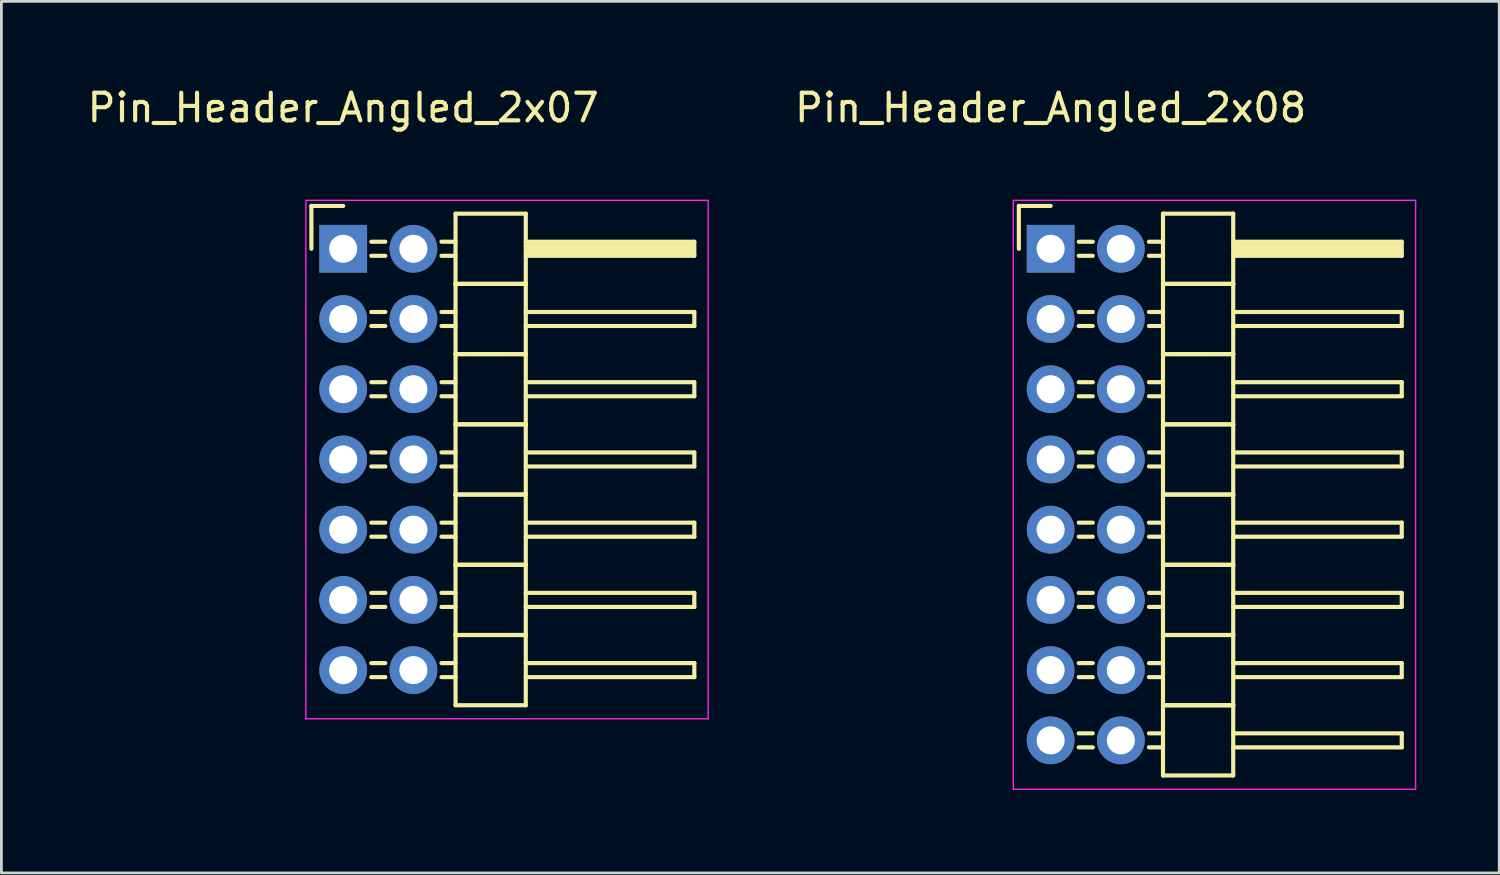
<source format=kicad_pcb>
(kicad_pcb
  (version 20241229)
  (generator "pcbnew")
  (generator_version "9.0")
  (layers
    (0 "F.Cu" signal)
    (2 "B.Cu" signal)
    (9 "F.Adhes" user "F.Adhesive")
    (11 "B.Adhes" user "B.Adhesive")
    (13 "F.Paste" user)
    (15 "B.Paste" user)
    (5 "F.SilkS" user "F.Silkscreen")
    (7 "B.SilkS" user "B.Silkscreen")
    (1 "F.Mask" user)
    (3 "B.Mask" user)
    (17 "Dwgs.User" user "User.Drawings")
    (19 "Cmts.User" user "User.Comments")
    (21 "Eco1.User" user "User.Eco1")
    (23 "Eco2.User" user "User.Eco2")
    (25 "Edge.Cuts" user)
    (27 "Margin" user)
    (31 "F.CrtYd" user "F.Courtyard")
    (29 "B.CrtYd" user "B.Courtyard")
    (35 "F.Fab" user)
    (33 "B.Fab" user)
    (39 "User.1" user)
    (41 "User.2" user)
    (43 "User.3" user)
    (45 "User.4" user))
  (footprint "Pin_Header_Angled_2x07"
    (layer "F.Cu")
    (at 9.363 5.948)
    (property "Reference" "Pin_Header_Angled_2x07" (at 0 -5.1 0) (layer "F.SilkS") (effects (font (size 1 1) (thickness 0.15))))
    (attr through_hole)
    (fp_line (start -1.15 -1.55) (end -1.15 0) (stroke (width 0.15) (type solid)) (layer "F.SilkS"))
    (fp_line (start 0 -1.55) (end -1.15 -1.55) (stroke (width 0.15) (type solid)) (layer "F.SilkS"))
    (fp_line (start 1.524 -0.254) (end 1.016 -0.254) (stroke (width 0.15) (type solid)) (layer "F.SilkS"))
    (fp_line (start 1.524 0.254) (end 1.016 0.254) (stroke (width 0.15) (type solid)) (layer "F.SilkS"))
    (fp_line (start 1.524 2.286) (end 1.016 2.286) (stroke (width 0.15) (type solid)) (layer "F.SilkS"))
    (fp_line (start 1.524 2.794) (end 1.016 2.794) (stroke (width 0.15) (type solid)) (layer "F.SilkS"))
    (fp_line (start 1.524 4.826) (end 1.016 4.826) (stroke (width 0.15) (type solid)) (layer "F.SilkS"))
    (fp_line (start 1.524 5.334) (end 1.016 5.334) (stroke (width 0.15) (type solid)) (layer "F.SilkS"))
    (fp_line (start 1.524 7.366) (end 1.016 7.366) (stroke (width 0.15) (type solid)) (layer "F.SilkS"))
    (fp_line (start 1.524 7.874) (end 1.016 7.874) (stroke (width 0.15) (type solid)) (layer "F.SilkS"))
    (fp_line (start 1.524 9.906) (end 1.016 9.906) (stroke (width 0.15) (type solid)) (layer "F.SilkS"))
    (fp_line (start 1.524 10.414) (end 1.016 10.414) (stroke (width 0.15) (type solid)) (layer "F.SilkS"))
    (fp_line (start 1.524 12.446) (end 1.016 12.446) (stroke (width 0.15) (type solid)) (layer "F.SilkS"))
    (fp_line (start 1.524 12.954) (end 1.016 12.954) (stroke (width 0.15) (type solid)) (layer "F.SilkS"))
    (fp_line (start 1.524 14.986) (end 1.016 14.986) (stroke (width 0.15) (type solid)) (layer "F.SilkS"))
    (fp_line (start 1.524 15.494) (end 1.016 15.494) (stroke (width 0.15) (type solid)) (layer "F.SilkS"))
    (fp_line (start 4.064 -1.27) (end 4.064 1.27) (stroke (width 0.15) (type solid)) (layer "F.SilkS"))
    (fp_line (start 4.064 -1.27) (end 6.604 -1.27) (stroke (width 0.15) (type solid)) (layer "F.SilkS"))
    (fp_line (start 4.064 -0.254) (end 3.556 -0.254) (stroke (width 0.15) (type solid)) (layer "F.SilkS"))
    (fp_line (start 4.064 0.254) (end 3.556 0.254) (stroke (width 0.15) (type solid)) (layer "F.SilkS"))
    (fp_line (start 4.064 1.27) (end 4.064 3.81) (stroke (width 0.15) (type solid)) (layer "F.SilkS"))
    (fp_line (start 4.064 1.27) (end 6.604 1.27) (stroke (width 0.15) (type solid)) (layer "F.SilkS"))
    (fp_line (start 4.064 1.27) (end 6.604 1.27) (stroke (width 0.15) (type solid)) (layer "F.SilkS"))
    (fp_line (start 4.064 2.286) (end 3.556 2.286) (stroke (width 0.15) (type solid)) (layer "F.SilkS"))
    (fp_line (start 4.064 2.794) (end 3.556 2.794) (stroke (width 0.15) (type solid)) (layer "F.SilkS"))
    (fp_line (start 4.064 3.81) (end 4.064 6.35) (stroke (width 0.15) (type solid)) (layer "F.SilkS"))
    (fp_line (start 4.064 3.81) (end 6.604 3.81) (stroke (width 0.15) (type solid)) (layer "F.SilkS"))
    (fp_line (start 4.064 3.81) (end 6.604 3.81) (stroke (width 0.15) (type solid)) (layer "F.SilkS"))
    (fp_line (start 4.064 4.826) (end 3.556 4.826) (stroke (width 0.15) (type solid)) (layer "F.SilkS"))
    (fp_line (start 4.064 5.334) (end 3.556 5.334) (stroke (width 0.15) (type solid)) (layer "F.SilkS"))
    (fp_line (start 4.064 6.35) (end 4.064 8.89) (stroke (width 0.15) (type solid)) (layer "F.SilkS"))
    (fp_line (start 4.064 6.35) (end 6.604 6.35) (stroke (width 0.15) (type solid)) (layer "F.SilkS"))
    (fp_line (start 4.064 6.35) (end 6.604 6.35) (stroke (width 0.15) (type solid)) (layer "F.SilkS"))
    (fp_line (start 4.064 7.366) (end 3.556 7.366) (stroke (width 0.15) (type solid)) (layer "F.SilkS"))
    (fp_line (start 4.064 7.874) (end 3.556 7.874) (stroke (width 0.15) (type solid)) (layer "F.SilkS"))
    (fp_line (start 4.064 8.89) (end 4.064 11.43) (stroke (width 0.15) (type solid)) (layer "F.SilkS"))
    (fp_line (start 4.064 8.89) (end 6.604 8.89) (stroke (width 0.15) (type solid)) (layer "F.SilkS"))
    (fp_line (start 4.064 8.89) (end 6.604 8.89) (stroke (width 0.15) (type solid)) (layer "F.SilkS"))
    (fp_line (start 4.064 9.906) (end 3.556 9.906) (stroke (width 0.15) (type solid)) (layer "F.SilkS"))
    (fp_line (start 4.064 10.414) (end 3.556 10.414) (stroke (width 0.15) (type solid)) (layer "F.SilkS"))
    (fp_line (start 4.064 11.43) (end 4.064 13.97) (stroke (width 0.15) (type solid)) (layer "F.SilkS"))
    (fp_line (start 4.064 11.43) (end 6.604 11.43) (stroke (width 0.15) (type solid)) (layer "F.SilkS"))
    (fp_line (start 4.064 11.43) (end 6.604 11.43) (stroke (width 0.15) (type solid)) (layer "F.SilkS"))
    (fp_line (start 4.064 12.446) (end 3.556 12.446) (stroke (width 0.15) (type solid)) (layer "F.SilkS"))
    (fp_line (start 4.064 12.954) (end 3.556 12.954) (stroke (width 0.15) (type solid)) (layer "F.SilkS"))
    (fp_line (start 4.064 13.97) (end 4.064 16.51) (stroke (width 0.15) (type solid)) (layer "F.SilkS"))
    (fp_line (start 4.064 13.97) (end 6.604 13.97) (stroke (width 0.15) (type solid)) (layer "F.SilkS"))
    (fp_line (start 4.064 13.97) (end 6.604 13.97) (stroke (width 0.15) (type solid)) (layer "F.SilkS"))
    (fp_line (start 4.064 14.986) (end 3.556 14.986) (stroke (width 0.15) (type solid)) (layer "F.SilkS"))
    (fp_line (start 4.064 15.494) (end 3.556 15.494) (stroke (width 0.15) (type solid)) (layer "F.SilkS"))
    (fp_line (start 4.064 16.51) (end 6.604 16.51) (stroke (width 0.15) (type solid)) (layer "F.SilkS"))
    (fp_line (start 6.604 -0.254) (end 12.7 -0.254) (stroke (width 0.15) (type solid)) (layer "F.SilkS"))
    (fp_line (start 6.604 -0.127) (end 12.573 -0.127) (stroke (width 0.15) (type solid)) (layer "F.SilkS"))
    (fp_line (start 6.604 1.27) (end 6.604 -1.27) (stroke (width 0.15) (type solid)) (layer "F.SilkS"))
    (fp_line (start 6.604 2.286) (end 12.7 2.286) (stroke (width 0.15) (type solid)) (layer "F.SilkS"))
    (fp_line (start 6.604 3.81) (end 6.604 1.27) (stroke (width 0.15) (type solid)) (layer "F.SilkS"))
    (fp_line (start 6.604 4.826) (end 12.7 4.826) (stroke (width 0.15) (type solid)) (layer "F.SilkS"))
    (fp_line (start 6.604 6.35) (end 6.604 3.81) (stroke (width 0.15) (type solid)) (layer "F.SilkS"))
    (fp_line (start 6.604 7.366) (end 12.7 7.366) (stroke (width 0.15) (type solid)) (layer "F.SilkS"))
    (fp_line (start 6.604 8.89) (end 6.604 6.35) (stroke (width 0.15) (type solid)) (layer "F.SilkS"))
    (fp_line (start 6.604 9.906) (end 12.7 9.906) (stroke (width 0.15) (type solid)) (layer "F.SilkS"))
    (fp_line (start 6.604 11.43) (end 6.604 8.89) (stroke (width 0.15) (type solid)) (layer "F.SilkS"))
    (fp_line (start 6.604 12.446) (end 12.7 12.446) (stroke (width 0.15) (type solid)) (layer "F.SilkS"))
    (fp_line (start 6.604 13.97) (end 6.604 11.43) (stroke (width 0.15) (type solid)) (layer "F.SilkS"))
    (fp_line (start 6.604 14.986) (end 12.7 14.986) (stroke (width 0.15) (type solid)) (layer "F.SilkS"))
    (fp_line (start 6.604 16.51) (end 6.604 13.97) (stroke (width 0.15) (type solid)) (layer "F.SilkS"))
    (fp_line (start 6.731 0) (end 12.573 0) (stroke (width 0.15) (type solid)) (layer "F.SilkS"))
    (fp_line (start 6.731 0.127) (end 6.731 0) (stroke (width 0.15) (type solid)) (layer "F.SilkS"))
    (fp_line (start 12.573 -0.127) (end 12.573 0.127) (stroke (width 0.15) (type solid)) (layer "F.SilkS"))
    (fp_line (start 12.573 0.127) (end 6.731 0.127) (stroke (width 0.15) (type solid)) (layer "F.SilkS"))
    (fp_line (start 12.7 -0.254) (end 12.7 0.254) (stroke (width 0.15) (type solid)) (layer "F.SilkS"))
    (fp_line (start 12.7 0.254) (end 6.604 0.254) (stroke (width 0.15) (type solid)) (layer "F.SilkS"))
    (fp_line (start 12.7 2.286) (end 12.7 2.794) (stroke (width 0.15) (type solid)) (layer "F.SilkS"))
    (fp_line (start 12.7 2.794) (end 6.604 2.794) (stroke (width 0.15) (type solid)) (layer "F.SilkS"))
    (fp_line (start 12.7 4.826) (end 12.7 5.334) (stroke (width 0.15) (type solid)) (layer "F.SilkS"))
    (fp_line (start 12.7 5.334) (end 6.604 5.334) (stroke (width 0.15) (type solid)) (layer "F.SilkS"))
    (fp_line (start 12.7 7.366) (end 12.7 7.874) (stroke (width 0.15) (type solid)) (layer "F.SilkS"))
    (fp_line (start 12.7 7.874) (end 6.604 7.874) (stroke (width 0.15) (type solid)) (layer "F.SilkS"))
    (fp_line (start 12.7 9.906) (end 12.7 10.414) (stroke (width 0.15) (type solid)) (layer "F.SilkS"))
    (fp_line (start 12.7 10.414) (end 6.604 10.414) (stroke (width 0.15) (type solid)) (layer "F.SilkS"))
    (fp_line (start 12.7 12.446) (end 12.7 12.954) (stroke (width 0.15) (type solid)) (layer "F.SilkS"))
    (fp_line (start 12.7 12.954) (end 6.604 12.954) (stroke (width 0.15) (type solid)) (layer "F.SilkS"))
    (fp_line (start 12.7 14.986) (end 12.7 15.494) (stroke (width 0.15) (type solid)) (layer "F.SilkS"))
    (fp_line (start 12.7 15.494) (end 6.604 15.494) (stroke (width 0.15) (type solid)) (layer "F.SilkS"))
    (fp_line (start -1.35 -1.75) (end -1.35 17) (stroke (width 0.05) (type solid)) (layer "F.CrtYd"))
    (fp_line (start -1.35 -1.75) (end 13.2 -1.75) (stroke (width 0.05) (type solid)) (layer "F.CrtYd"))
    (fp_line (start -1.35 17) (end 13.2 17) (stroke (width 0.05) (type solid)) (layer "F.CrtYd"))
    (fp_line (start 13.2 -1.75) (end 13.2 17) (stroke (width 0.05) (type solid)) (layer "F.CrtYd"))
    (pad "1" thru_hole rect (at 0 0) (size 1.727 1.727) (drill 1.016) (layers "*.Cu" "*.Mask"))
    (pad "2" thru_hole oval (at 2.54 0) (size 1.727 1.727) (drill 1.016) (layers "*.Cu" "*.Mask"))
    (pad "3" thru_hole oval (at 0 2.54) (size 1.727 1.727) (drill 1.016) (layers "*.Cu" "*.Mask"))
    (pad "4" thru_hole oval (at 2.54 2.54) (size 1.727 1.727) (drill 1.016) (layers "*.Cu" "*.Mask"))
    (pad "5" thru_hole oval (at 0 5.08) (size 1.727 1.727) (drill 1.016) (layers "*.Cu" "*.Mask"))
    (pad "6" thru_hole oval (at 2.54 5.08) (size 1.727 1.727) (drill 1.016) (layers "*.Cu" "*.Mask"))
    (pad "7" thru_hole oval (at 0 7.62) (size 1.727 1.727) (drill 1.016) (layers "*.Cu" "*.Mask"))
    (pad "8" thru_hole oval (at 2.54 7.62) (size 1.727 1.727) (drill 1.016) (layers "*.Cu" "*.Mask"))
    (pad "9" thru_hole oval (at 0 10.16) (size 1.727 1.727) (drill 1.016) (layers "*.Cu" "*.Mask"))
    (pad "10" thru_hole oval (at 2.54 10.16) (size 1.727 1.727) (drill 1.016) (layers "*.Cu" "*.Mask"))
    (pad "11" thru_hole oval (at 0 12.7) (size 1.727 1.727) (drill 1.016) (layers "*.Cu" "*.Mask"))
    (pad "12" thru_hole oval (at 2.54 12.7) (size 1.727 1.727) (drill 1.016) (layers "*.Cu" "*.Mask"))
    (pad "13" thru_hole oval (at 0 15.24) (size 1.727 1.727) (drill 1.016) (layers "*.Cu" "*.Mask"))
    (pad "14" thru_hole oval (at 2.54 15.24) (size 1.727 1.727) (drill 1.016) (layers "*.Cu" "*.Mask")))
  (footprint "Pin_Header_Angled_2x08"
    (layer "F.Cu")
    (at 34.951 5.948)
    (property "Reference" "Pin_Header_Angled_2x08" (at 0 -5.1 0) (layer "F.SilkS") (effects (font (size 1 1) (thickness 0.15))))
    (attr through_hole)
    (fp_line (start -1.15 -1.55) (end -1.15 0) (stroke (width 0.15) (type solid)) (layer "F.SilkS"))
    (fp_line (start 0 -1.55) (end -1.15 -1.55) (stroke (width 0.15) (type solid)) (layer "F.SilkS"))
    (fp_line (start 1.524 -0.254) (end 1.016 -0.254) (stroke (width 0.15) (type solid)) (layer "F.SilkS"))
    (fp_line (start 1.524 0.254) (end 1.016 0.254) (stroke (width 0.15) (type solid)) (layer "F.SilkS"))
    (fp_line (start 1.524 2.286) (end 1.016 2.286) (stroke (width 0.15) (type solid)) (layer "F.SilkS"))
    (fp_line (start 1.524 2.794) (end 1.016 2.794) (stroke (width 0.15) (type solid)) (layer "F.SilkS"))
    (fp_line (start 1.524 4.826) (end 1.016 4.826) (stroke (width 0.15) (type solid)) (layer "F.SilkS"))
    (fp_line (start 1.524 5.334) (end 1.016 5.334) (stroke (width 0.15) (type solid)) (layer "F.SilkS"))
    (fp_line (start 1.524 7.366) (end 1.016 7.366) (stroke (width 0.15) (type solid)) (layer "F.SilkS"))
    (fp_line (start 1.524 7.874) (end 1.016 7.874) (stroke (width 0.15) (type solid)) (layer "F.SilkS"))
    (fp_line (start 1.524 9.906) (end 1.016 9.906) (stroke (width 0.15) (type solid)) (layer "F.SilkS"))
    (fp_line (start 1.524 10.414) (end 1.016 10.414) (stroke (width 0.15) (type solid)) (layer "F.SilkS"))
    (fp_line (start 1.524 12.446) (end 1.016 12.446) (stroke (width 0.15) (type solid)) (layer "F.SilkS"))
    (fp_line (start 1.524 12.954) (end 1.016 12.954) (stroke (width 0.15) (type solid)) (layer "F.SilkS"))
    (fp_line (start 1.524 14.986) (end 1.016 14.986) (stroke (width 0.15) (type solid)) (layer "F.SilkS"))
    (fp_line (start 1.524 15.494) (end 1.016 15.494) (stroke (width 0.15) (type solid)) (layer "F.SilkS"))
    (fp_line (start 1.524 17.526) (end 1.016 17.526) (stroke (width 0.15) (type solid)) (layer "F.SilkS"))
    (fp_line (start 1.524 18.034) (end 1.016 18.034) (stroke (width 0.15) (type solid)) (layer "F.SilkS"))
    (fp_line (start 4.064 -1.27) (end 4.064 1.27) (stroke (width 0.15) (type solid)) (layer "F.SilkS"))
    (fp_line (start 4.064 -1.27) (end 6.604 -1.27) (stroke (width 0.15) (type solid)) (layer "F.SilkS"))
    (fp_line (start 4.064 -0.254) (end 3.556 -0.254) (stroke (width 0.15) (type solid)) (layer "F.SilkS"))
    (fp_line (start 4.064 0.254) (end 3.556 0.254) (stroke (width 0.15) (type solid)) (layer "F.SilkS"))
    (fp_line (start 4.064 1.27) (end 4.064 3.81) (stroke (width 0.15) (type solid)) (layer "F.SilkS"))
    (fp_line (start 4.064 1.27) (end 6.604 1.27) (stroke (width 0.15) (type solid)) (layer "F.SilkS"))
    (fp_line (start 4.064 1.27) (end 6.604 1.27) (stroke (width 0.15) (type solid)) (layer "F.SilkS"))
    (fp_line (start 4.064 2.286) (end 3.556 2.286) (stroke (width 0.15) (type solid)) (layer "F.SilkS"))
    (fp_line (start 4.064 2.794) (end 3.556 2.794) (stroke (width 0.15) (type solid)) (layer "F.SilkS"))
    (fp_line (start 4.064 3.81) (end 4.064 6.35) (stroke (width 0.15) (type solid)) (layer "F.SilkS"))
    (fp_line (start 4.064 3.81) (end 6.604 3.81) (stroke (width 0.15) (type solid)) (layer "F.SilkS"))
    (fp_line (start 4.064 3.81) (end 6.604 3.81) (stroke (width 0.15) (type solid)) (layer "F.SilkS"))
    (fp_line (start 4.064 4.826) (end 3.556 4.826) (stroke (width 0.15) (type solid)) (layer "F.SilkS"))
    (fp_line (start 4.064 5.334) (end 3.556 5.334) (stroke (width 0.15) (type solid)) (layer "F.SilkS"))
    (fp_line (start 4.064 6.35) (end 4.064 8.89) (stroke (width 0.15) (type solid)) (layer "F.SilkS"))
    (fp_line (start 4.064 6.35) (end 6.604 6.35) (stroke (width 0.15) (type solid)) (layer "F.SilkS"))
    (fp_line (start 4.064 6.35) (end 6.604 6.35) (stroke (width 0.15) (type solid)) (layer "F.SilkS"))
    (fp_line (start 4.064 7.366) (end 3.556 7.366) (stroke (width 0.15) (type solid)) (layer "F.SilkS"))
    (fp_line (start 4.064 7.874) (end 3.556 7.874) (stroke (width 0.15) (type solid)) (layer "F.SilkS"))
    (fp_line (start 4.064 8.89) (end 4.064 11.43) (stroke (width 0.15) (type solid)) (layer "F.SilkS"))
    (fp_line (start 4.064 8.89) (end 6.604 8.89) (stroke (width 0.15) (type solid)) (layer "F.SilkS"))
    (fp_line (start 4.064 8.89) (end 6.604 8.89) (stroke (width 0.15) (type solid)) (layer "F.SilkS"))
    (fp_line (start 4.064 9.906) (end 3.556 9.906) (stroke (width 0.15) (type solid)) (layer "F.SilkS"))
    (fp_line (start 4.064 10.414) (end 3.556 10.414) (stroke (width 0.15) (type solid)) (layer "F.SilkS"))
    (fp_line (start 4.064 11.43) (end 4.064 13.97) (stroke (width 0.15) (type solid)) (layer "F.SilkS"))
    (fp_line (start 4.064 11.43) (end 6.604 11.43) (stroke (width 0.15) (type solid)) (layer "F.SilkS"))
    (fp_line (start 4.064 11.43) (end 6.604 11.43) (stroke (width 0.15) (type solid)) (layer "F.SilkS"))
    (fp_line (start 4.064 12.446) (end 3.556 12.446) (stroke (width 0.15) (type solid)) (layer "F.SilkS"))
    (fp_line (start 4.064 12.954) (end 3.556 12.954) (stroke (width 0.15) (type solid)) (layer "F.SilkS"))
    (fp_line (start 4.064 13.97) (end 4.064 16.51) (stroke (width 0.15) (type solid)) (layer "F.SilkS"))
    (fp_line (start 4.064 13.97) (end 6.604 13.97) (stroke (width 0.15) (type solid)) (layer "F.SilkS"))
    (fp_line (start 4.064 13.97) (end 6.604 13.97) (stroke (width 0.15) (type solid)) (layer "F.SilkS"))
    (fp_line (start 4.064 14.986) (end 3.556 14.986) (stroke (width 0.15) (type solid)) (layer "F.SilkS"))
    (fp_line (start 4.064 15.494) (end 3.556 15.494) (stroke (width 0.15) (type solid)) (layer "F.SilkS"))
    (fp_line (start 4.064 16.51) (end 4.064 19.05) (stroke (width 0.15) (type solid)) (layer "F.SilkS"))
    (fp_line (start 4.064 16.51) (end 6.604 16.51) (stroke (width 0.15) (type solid)) (layer "F.SilkS"))
    (fp_line (start 4.064 16.51) (end 6.604 16.51) (stroke (width 0.15) (type solid)) (layer "F.SilkS"))
    (fp_line (start 4.064 17.526) (end 3.556 17.526) (stroke (width 0.15) (type solid)) (layer "F.SilkS"))
    (fp_line (start 4.064 18.034) (end 3.556 18.034) (stroke (width 0.15) (type solid)) (layer "F.SilkS"))
    (fp_line (start 4.064 19.05) (end 6.604 19.05) (stroke (width 0.15) (type solid)) (layer "F.SilkS"))
    (fp_line (start 6.604 -0.254) (end 12.7 -0.254) (stroke (width 0.15) (type solid)) (layer "F.SilkS"))
    (fp_line (start 6.604 -0.127) (end 12.573 -0.127) (stroke (width 0.15) (type solid)) (layer "F.SilkS"))
    (fp_line (start 6.604 1.27) (end 6.604 -1.27) (stroke (width 0.15) (type solid)) (layer "F.SilkS"))
    (fp_line (start 6.604 2.286) (end 12.7 2.286) (stroke (width 0.15) (type solid)) (layer "F.SilkS"))
    (fp_line (start 6.604 3.81) (end 6.604 1.27) (stroke (width 0.15) (type solid)) (layer "F.SilkS"))
    (fp_line (start 6.604 4.826) (end 12.7 4.826) (stroke (width 0.15) (type solid)) (layer "F.SilkS"))
    (fp_line (start 6.604 6.35) (end 6.604 3.81) (stroke (width 0.15) (type solid)) (layer "F.SilkS"))
    (fp_line (start 6.604 7.366) (end 12.7 7.366) (stroke (width 0.15) (type solid)) (layer "F.SilkS"))
    (fp_line (start 6.604 8.89) (end 6.604 6.35) (stroke (width 0.15) (type solid)) (layer "F.SilkS"))
    (fp_line (start 6.604 9.906) (end 12.7 9.906) (stroke (width 0.15) (type solid)) (layer "F.SilkS"))
    (fp_line (start 6.604 11.43) (end 6.604 8.89) (stroke (width 0.15) (type solid)) (layer "F.SilkS"))
    (fp_line (start 6.604 12.446) (end 12.7 12.446) (stroke (width 0.15) (type solid)) (layer "F.SilkS"))
    (fp_line (start 6.604 13.97) (end 6.604 11.43) (stroke (width 0.15) (type solid)) (layer "F.SilkS"))
    (fp_line (start 6.604 14.986) (end 12.7 14.986) (stroke (width 0.15) (type solid)) (layer "F.SilkS"))
    (fp_line (start 6.604 16.51) (end 6.604 13.97) (stroke (width 0.15) (type solid)) (layer "F.SilkS"))
    (fp_line (start 6.604 17.526) (end 12.7 17.526) (stroke (width 0.15) (type solid)) (layer "F.SilkS"))
    (fp_line (start 6.604 19.05) (end 6.604 16.51) (stroke (width 0.15) (type solid)) (layer "F.SilkS"))
    (fp_line (start 6.731 0) (end 12.573 0) (stroke (width 0.15) (type solid)) (layer "F.SilkS"))
    (fp_line (start 6.731 0.127) (end 6.731 0) (stroke (width 0.15) (type solid)) (layer "F.SilkS"))
    (fp_line (start 12.573 -0.127) (end 12.573 0.127) (stroke (width 0.15) (type solid)) (layer "F.SilkS"))
    (fp_line (start 12.573 0.127) (end 6.731 0.127) (stroke (width 0.15) (type solid)) (layer "F.SilkS"))
    (fp_line (start 12.7 -0.254) (end 12.7 0.254) (stroke (width 0.15) (type solid)) (layer "F.SilkS"))
    (fp_line (start 12.7 0.254) (end 6.604 0.254) (stroke (width 0.15) (type solid)) (layer "F.SilkS"))
    (fp_line (start 12.7 2.286) (end 12.7 2.794) (stroke (width 0.15) (type solid)) (layer "F.SilkS"))
    (fp_line (start 12.7 2.794) (end 6.604 2.794) (stroke (width 0.15) (type solid)) (layer "F.SilkS"))
    (fp_line (start 12.7 4.826) (end 12.7 5.334) (stroke (width 0.15) (type solid)) (layer "F.SilkS"))
    (fp_line (start 12.7 5.334) (end 6.604 5.334) (stroke (width 0.15) (type solid)) (layer "F.SilkS"))
    (fp_line (start 12.7 7.366) (end 12.7 7.874) (stroke (width 0.15) (type solid)) (layer "F.SilkS"))
    (fp_line (start 12.7 7.874) (end 6.604 7.874) (stroke (width 0.15) (type solid)) (layer "F.SilkS"))
    (fp_line (start 12.7 9.906) (end 12.7 10.414) (stroke (width 0.15) (type solid)) (layer "F.SilkS"))
    (fp_line (start 12.7 10.414) (end 6.604 10.414) (stroke (width 0.15) (type solid)) (layer "F.SilkS"))
    (fp_line (start 12.7 12.446) (end 12.7 12.954) (stroke (width 0.15) (type solid)) (layer "F.SilkS"))
    (fp_line (start 12.7 12.954) (end 6.604 12.954) (stroke (width 0.15) (type solid)) (layer "F.SilkS"))
    (fp_line (start 12.7 14.986) (end 12.7 15.494) (stroke (width 0.15) (type solid)) (layer "F.SilkS"))
    (fp_line (start 12.7 15.494) (end 6.604 15.494) (stroke (width 0.15) (type solid)) (layer "F.SilkS"))
    (fp_line (start 12.7 17.526) (end 12.7 18.034) (stroke (width 0.15) (type solid)) (layer "F.SilkS"))
    (fp_line (start 12.7 18.034) (end 6.604 18.034) (stroke (width 0.15) (type solid)) (layer "F.SilkS"))
    (fp_line (start -1.35 -1.75) (end -1.35 19.55) (stroke (width 0.05) (type solid)) (layer "F.CrtYd"))
    (fp_line (start -1.35 -1.75) (end 13.2 -1.75) (stroke (width 0.05) (type solid)) (layer "F.CrtYd"))
    (fp_line (start -1.35 19.55) (end 13.2 19.55) (stroke (width 0.05) (type solid)) (layer "F.CrtYd"))
    (fp_line (start 13.2 -1.75) (end 13.2 19.55) (stroke (width 0.05) (type solid)) (layer "F.CrtYd"))
    (pad "1" thru_hole rect (at 0 0) (size 1.727 1.727) (drill 1.016) (layers "*.Cu" "*.Mask"))
    (pad "2" thru_hole oval (at 2.54 0) (size 1.727 1.727) (drill 1.016) (layers "*.Cu" "*.Mask"))
    (pad "3" thru_hole oval (at 0 2.54) (size 1.727 1.727) (drill 1.016) (layers "*.Cu" "*.Mask"))
    (pad "4" thru_hole oval (at 2.54 2.54) (size 1.727 1.727) (drill 1.016) (layers "*.Cu" "*.Mask"))
    (pad "5" thru_hole oval (at 0 5.08) (size 1.727 1.727) (drill 1.016) (layers "*.Cu" "*.Mask"))
    (pad "6" thru_hole oval (at 2.54 5.08) (size 1.727 1.727) (drill 1.016) (layers "*.Cu" "*.Mask"))
    (pad "7" thru_hole oval (at 0 7.62) (size 1.727 1.727) (drill 1.016) (layers "*.Cu" "*.Mask"))
    (pad "8" thru_hole oval (at 2.54 7.62) (size 1.727 1.727) (drill 1.016) (layers "*.Cu" "*.Mask"))
    (pad "9" thru_hole oval (at 0 10.16) (size 1.727 1.727) (drill 1.016) (layers "*.Cu" "*.Mask"))
    (pad "10" thru_hole oval (at 2.54 10.16) (size 1.727 1.727) (drill 1.016) (layers "*.Cu" "*.Mask"))
    (pad "11" thru_hole oval (at 0 12.7) (size 1.727 1.727) (drill 1.016) (layers "*.Cu" "*.Mask"))
    (pad "12" thru_hole oval (at 2.54 12.7) (size 1.727 1.727) (drill 1.016) (layers "*.Cu" "*.Mask"))
    (pad "13" thru_hole oval (at 0 15.24) (size 1.727 1.727) (drill 1.016) (layers "*.Cu" "*.Mask"))
    (pad "14" thru_hole oval (at 2.54 15.24) (size 1.727 1.727) (drill 1.016) (layers "*.Cu" "*.Mask"))
    (pad "15" thru_hole oval (at 0 17.78) (size 1.727 1.727) (drill 1.016) (layers "*.Cu" "*.Mask"))
    (pad "16" thru_hole oval (at 2.54 17.78) (size 1.727 1.727) (drill 1.016) (layers "*.Cu" "*.Mask")))
  (gr_rect
    (start -3 -3)
    (end 51.176 28.523)
    (stroke (width 0.1) (type default))
    (fill no)
    (layer "Edge.Cuts")))
</source>
